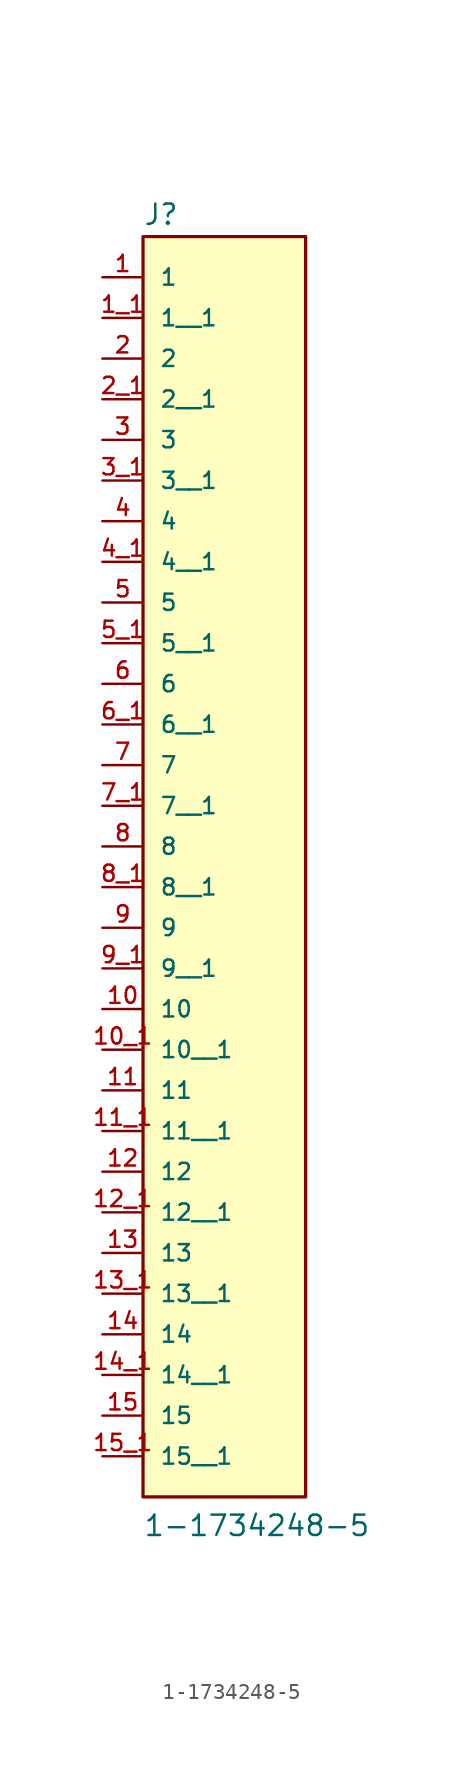
<source format=kicad_sym>
(kicad_symbol_lib
  (version 20211014)
  (generator kicad_symbol_editor)
  (symbol "1-1734248-5"
    (pin_names
      (offset 1.016))
    (property "Reference" "J"
      (at -5.08 20.955 0)
      (effects (font (size 1.27 1.27)) (justify bottom left)))
    (property "Value" "1-1734248-5"
      (at -5.08 -60.96 0)
      (effects (font (size 1.27 1.27)) (justify bottom left)))
    (symbol "1-1734248-5_0_0"
      (rectangle (start -5.08 -58.42) (end 5.08 20.32) (stroke (width 0.203)) (fill (type background)))
      (pin passive line (at -7.62 17.78 0) (length 2.54) (name "1" (effects (font (size 1.016 1.016)))) (number "1" (effects (font (size 1.016 1.016)))))
      (pin passive line (at -7.62 12.7 0) (length 2.54) (name "2" (effects (font (size 1.016 1.016)))) (number "2" (effects (font (size 1.016 1.016)))))
      (pin passive line (at -7.62 7.62 0) (length 2.54) (name "3" (effects (font (size 1.016 1.016)))) (number "3" (effects (font (size 1.016 1.016)))))
      (pin passive line (at -7.62 2.54 0) (length 2.54) (name "4" (effects (font (size 1.016 1.016)))) (number "4" (effects (font (size 1.016 1.016)))))
      (pin passive line (at -7.62 -2.54 0) (length 2.54) (name "5" (effects (font (size 1.016 1.016)))) (number "5" (effects (font (size 1.016 1.016)))))
      (pin passive line (at -7.62 -7.62 0) (length 2.54) (name "6" (effects (font (size 1.016 1.016)))) (number "6" (effects (font (size 1.016 1.016)))))
      (pin passive line (at -7.62 -12.7 0) (length 2.54) (name "7" (effects (font (size 1.016 1.016)))) (number "7" (effects (font (size 1.016 1.016)))))
      (pin passive line (at -7.62 -17.78 0) (length 2.54) (name "8" (effects (font (size 1.016 1.016)))) (number "8" (effects (font (size 1.016 1.016)))))
      (pin passive line (at -7.62 -22.86 0) (length 2.54) (name "9" (effects (font (size 1.016 1.016)))) (number "9" (effects (font (size 1.016 1.016)))))
      (pin passive line (at -7.62 -27.94 0) (length 2.54) (name "10" (effects (font (size 1.016 1.016)))) (number "10" (effects (font (size 1.016 1.016)))))
      (pin passive line (at -7.62 -33.02 0) (length 2.54) (name "11" (effects (font (size 1.016 1.016)))) (number "11" (effects (font (size 1.016 1.016)))))
      (pin passive line (at -7.62 -38.1 0) (length 2.54) (name "12" (effects (font (size 1.016 1.016)))) (number "12" (effects (font (size 1.016 1.016)))))
      (pin passive line (at -7.62 -43.18 0) (length 2.54) (name "13" (effects (font (size 1.016 1.016)))) (number "13" (effects (font (size 1.016 1.016)))))
      (pin passive line (at -7.62 -48.26 0) (length 2.54) (name "14" (effects (font (size 1.016 1.016)))) (number "14" (effects (font (size 1.016 1.016)))))
      (pin passive line (at -7.62 -53.34 0) (length 2.54) (name "15" (effects (font (size 1.016 1.016)))) (number "15" (effects (font (size 1.016 1.016)))))
      (pin passive line (at -7.62 15.24 0) (length 2.54) (name "1__1" (effects (font (size 1.016 1.016)))) (number "1_1" (effects (font (size 1.016 1.016)))))
      (pin passive line (at -7.62 10.16 0) (length 2.54) (name "2__1" (effects (font (size 1.016 1.016)))) (number "2_1" (effects (font (size 1.016 1.016)))))
      (pin passive line (at -7.62 5.08 0) (length 2.54) (name "3__1" (effects (font (size 1.016 1.016)))) (number "3_1" (effects (font (size 1.016 1.016)))))
      (pin passive line (at -7.62 0.0 0) (length 2.54) (name "4__1" (effects (font (size 1.016 1.016)))) (number "4_1" (effects (font (size 1.016 1.016)))))
      (pin passive line (at -7.62 -5.08 0) (length 2.54) (name "5__1" (effects (font (size 1.016 1.016)))) (number "5_1" (effects (font (size 1.016 1.016)))))
      (pin passive line (at -7.62 -10.16 0) (length 2.54) (name "6__1" (effects (font (size 1.016 1.016)))) (number "6_1" (effects (font (size 1.016 1.016)))))
      (pin passive line (at -7.62 -15.24 0) (length 2.54) (name "7__1" (effects (font (size 1.016 1.016)))) (number "7_1" (effects (font (size 1.016 1.016)))))
      (pin passive line (at -7.62 -20.32 0) (length 2.54) (name "8__1" (effects (font (size 1.016 1.016)))) (number "8_1" (effects (font (size 1.016 1.016)))))
      (pin passive line (at -7.62 -25.4 0) (length 2.54) (name "9__1" (effects (font (size 1.016 1.016)))) (number "9_1" (effects (font (size 1.016 1.016)))))
      (pin passive line (at -7.62 -30.48 0) (length 2.54) (name "10__1" (effects (font (size 1.016 1.016)))) (number "10_1" (effects (font (size 1.016 1.016)))))
      (pin passive line (at -7.62 -35.56 0) (length 2.54) (name "11__1" (effects (font (size 1.016 1.016)))) (number "11_1" (effects (font (size 1.016 1.016)))))
      (pin passive line (at -7.62 -40.64 0) (length 2.54) (name "12__1" (effects (font (size 1.016 1.016)))) (number "12_1" (effects (font (size 1.016 1.016)))))
      (pin passive line (at -7.62 -45.72 0) (length 2.54) (name "13__1" (effects (font (size 1.016 1.016)))) (number "13_1" (effects (font (size 1.016 1.016)))))
      (pin passive line (at -7.62 -50.8 0) (length 2.54) (name "14__1" (effects (font (size 1.016 1.016)))) (number "14_1" (effects (font (size 1.016 1.016)))))
      (pin passive line (at -7.62 -55.88 0) (length 2.54) (name "15__1" (effects (font (size 1.016 1.016)))) (number "15_1" (effects (font (size 1.016 1.016))))))))
</source>
